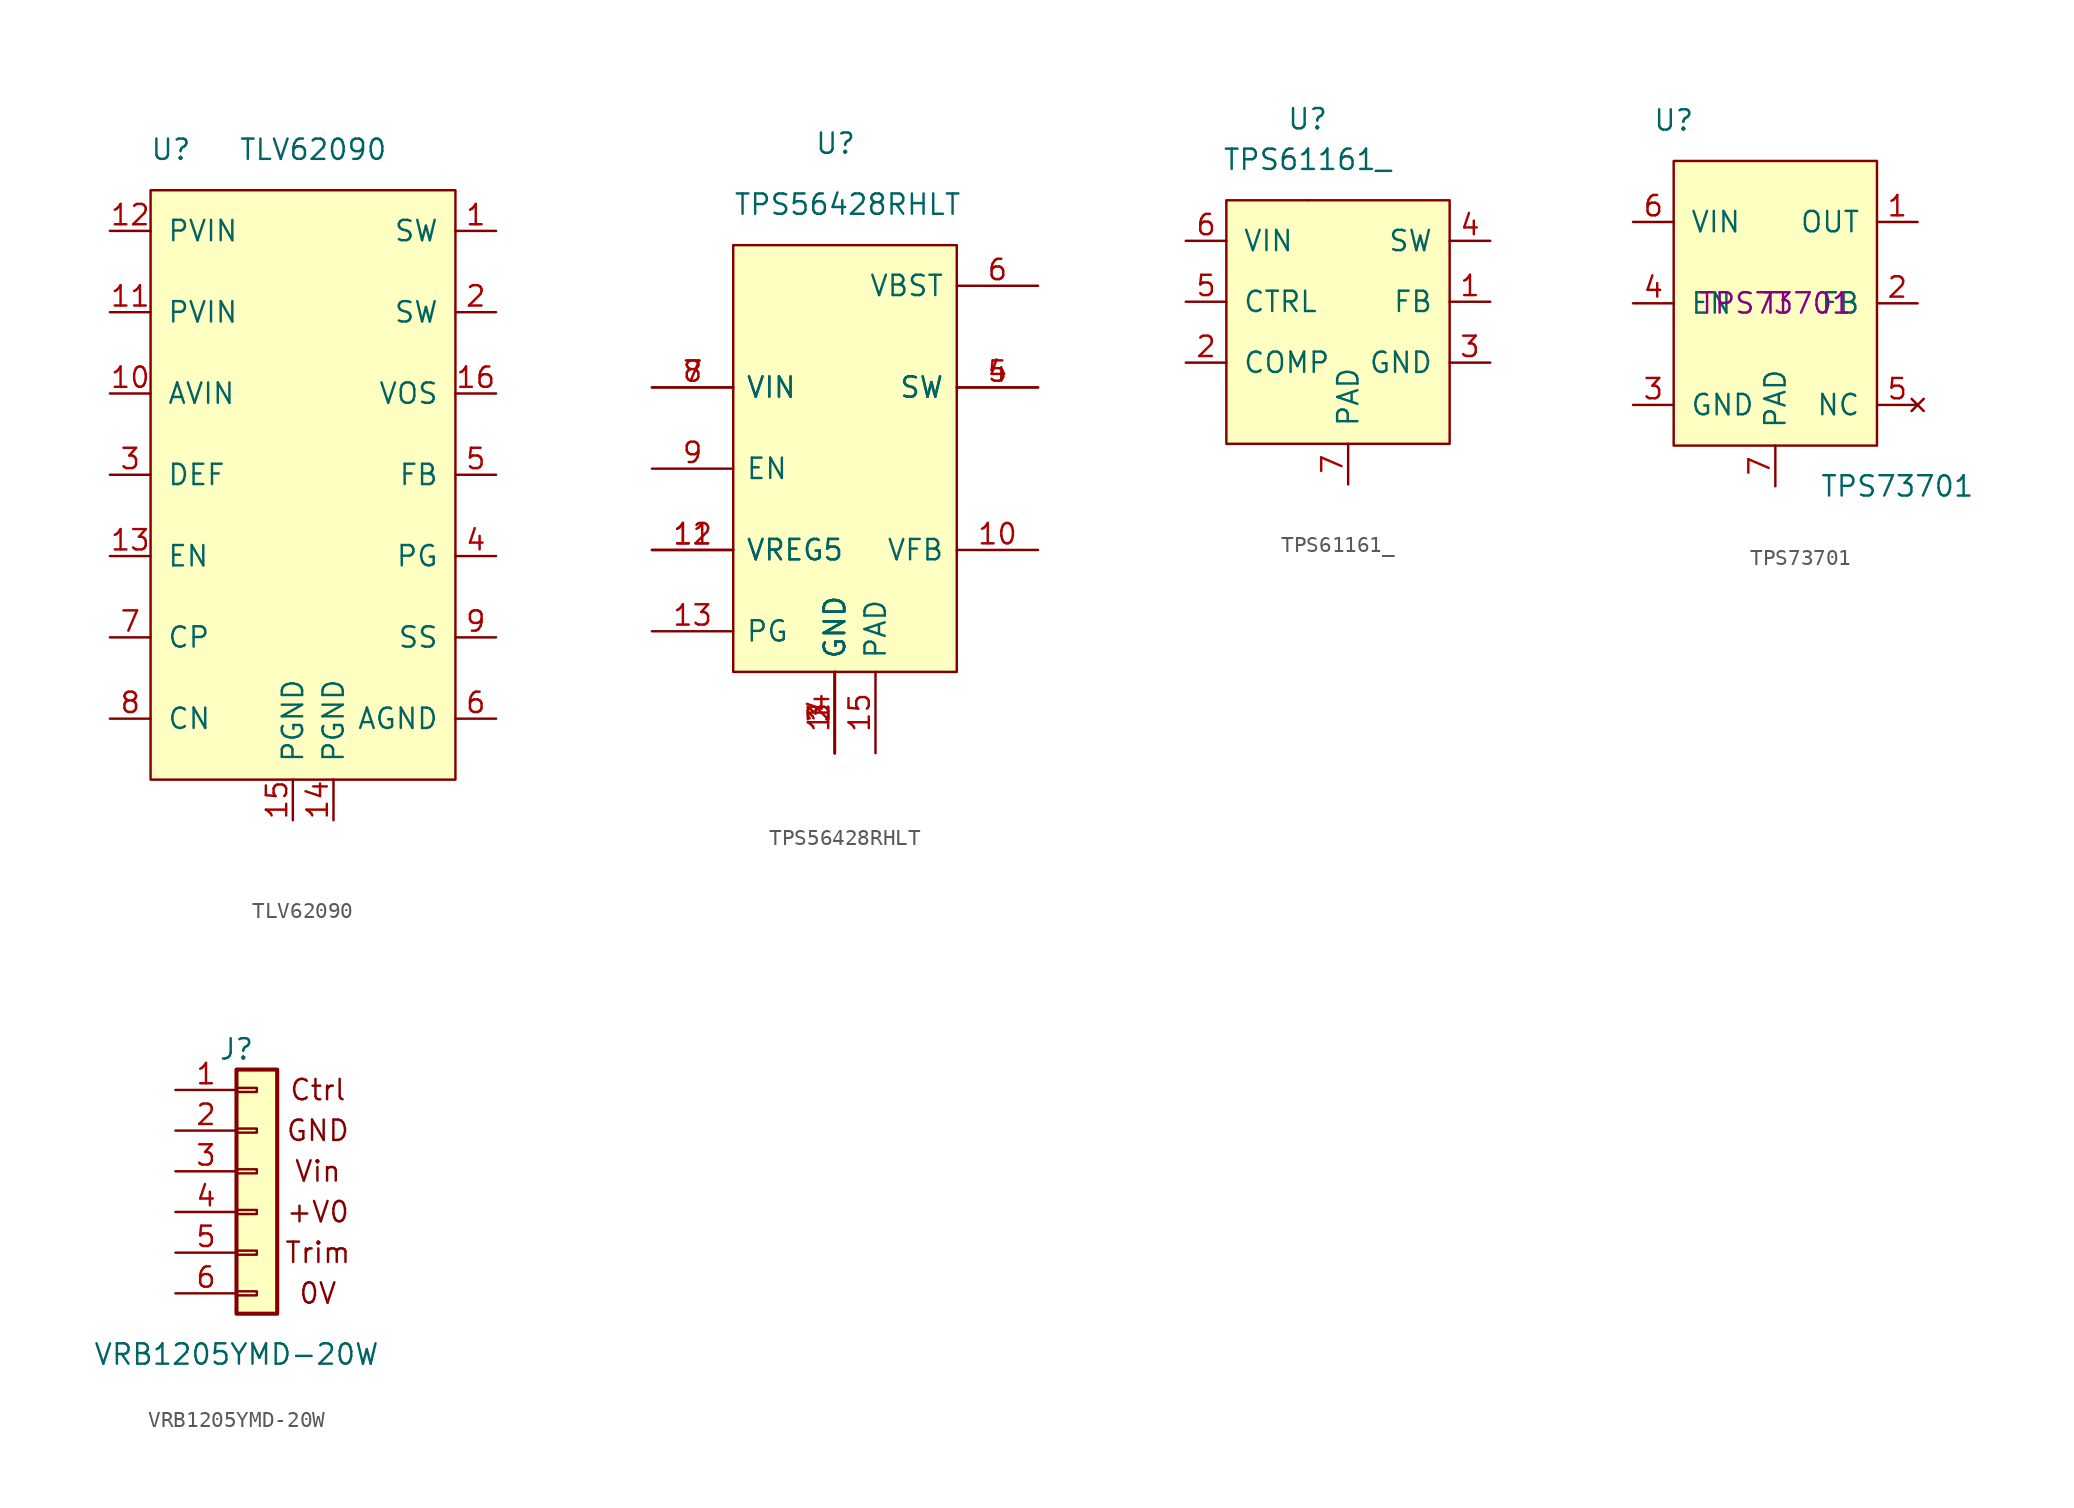
<source format=kicad_sym>
(kicad_symbol_lib
  (version 20211014)
  (generator kicad_symbol_editor)
  (symbol "TLV62090"
    (pin_names
      (offset 1.016))
    (property "Reference" "U"
      (at -8.89 20.32 0)
      (effects (font (size 1.27 1.27))))
    (property "Value" "TLV62090"
      (at 0 20.32 0)
      (effects (font (size 1.27 1.27))))
    (symbol "TLV62090_0_1"
      (rectangle (start -10.16 17.78) (end 8.89 -19.05) (stroke (width 0) (type default) (color 0 0 0 0)) (fill (type background))))
    (symbol "TLV62090_1_1"
      (pin bidirectional line (at 11.43 15.24 180) (length 2.54) (name "SW" (effects (font (size 1.27 1.27)))) (number "1" (effects (font (size 1.27 1.27)))))
      (pin power_in line (at -12.7 5.08 0) (length 2.54) (name "AVIN" (effects (font (size 1.27 1.27)))) (number "10" (effects (font (size 1.27 1.27)))))
      (pin power_in line (at -12.7 10.16 0) (length 2.54) (name "PVIN" (effects (font (size 1.27 1.27)))) (number "11" (effects (font (size 1.27 1.27)))))
      (pin power_in line (at -12.7 15.24 0) (length 2.54) (name "PVIN" (effects (font (size 1.27 1.27)))) (number "12" (effects (font (size 1.27 1.27)))))
      (pin input line (at -12.7 -5.08 0) (length 2.54) (name "EN" (effects (font (size 1.27 1.27)))) (number "13" (effects (font (size 1.27 1.27)))))
      (pin power_in line (at 1.27 -21.59 90) (length 2.54) (name "PGND" (effects (font (size 1.27 1.27)))) (number "14" (effects (font (size 1.27 1.27)))))
      (pin power_in line (at -1.27 -21.59 90) (length 2.54) (name "PGND" (effects (font (size 1.27 1.27)))) (number "15" (effects (font (size 1.27 1.27)))))
      (pin input line (at 11.43 5.08 180) (length 2.54) (name "VOS" (effects (font (size 1.27 1.27)))) (number "16" (effects (font (size 1.27 1.27)))))
      (pin bidirectional line (at 11.43 10.16 180) (length 2.54) (name "SW" (effects (font (size 1.27 1.27)))) (number "2" (effects (font (size 1.27 1.27)))))
      (pin input line (at -12.7 0 0) (length 2.54) (name "DEF" (effects (font (size 1.27 1.27)))) (number "3" (effects (font (size 1.27 1.27)))))
      (pin output line (at 11.43 -5.08 180) (length 2.54) (name "PG" (effects (font (size 1.27 1.27)))) (number "4" (effects (font (size 1.27 1.27)))))
      (pin input line (at 11.43 0 180) (length 2.54) (name "FB" (effects (font (size 1.27 1.27)))) (number "5" (effects (font (size 1.27 1.27)))))
      (pin power_in line (at 11.43 -15.24 180) (length 2.54) (name "AGND" (effects (font (size 1.27 1.27)))) (number "6" (effects (font (size 1.27 1.27)))))
      (pin bidirectional line (at -12.7 -10.16 0) (length 2.54) (name "CP" (effects (font (size 1.27 1.27)))) (number "7" (effects (font (size 1.27 1.27)))))
      (pin bidirectional line (at -12.7 -15.24 0) (length 2.54) (name "CN" (effects (font (size 1.27 1.27)))) (number "8" (effects (font (size 1.27 1.27)))))
      (pin input line (at 11.43 -10.16 180) (length 2.54) (name "SS" (effects (font (size 1.27 1.27)))) (number "9" (effects (font (size 1.27 1.27)))))))
  (symbol "TPS56428RHLT"
    (pin_names
      (offset 0.762))
    (property "Reference" "U"
      (at -1.27 22.86 0)
      (effects (font (size 1.27 1.27)) (justify left)))
    (property "Value" "TPS56428RHLT"
      (at -6.35 19.05 0)
      (effects (font (size 1.27 1.27)) (justify left)))
    (symbol "TPS56428RHLT_0_0"
      (pin passive line (at 0 -15.24 90) (length 5.08) (name "GND" (effects (font (size 1.27 1.27)))) (number "1" (effects (font (size 1.27 1.27)))))
      (pin passive line (at 12.7 -2.54 180) (length 5.08) (name "VFB" (effects (font (size 1.27 1.27)))) (number "10" (effects (font (size 1.27 1.27)))))
      (pin passive line (at -11.43 -2.54 0) (length 5.08) (name "VREG5" (effects (font (size 1.27 1.27)))) (number "11" (effects (font (size 1.27 1.27)))))
      (pin passive line (at -11.43 -2.54 0) (length 5.08) (name "VREG5" (effects (font (size 1.27 1.27)))) (number "12" (effects (font (size 1.27 1.27)))))
      (pin passive line (at -11.43 -7.62 0) (length 5.08) (name "PG" (effects (font (size 1.27 1.27)))) (number "13" (effects (font (size 1.27 1.27)))))
      (pin passive line (at 0 -15.24 90) (length 5.08) (name "GND" (effects (font (size 1.27 1.27)))) (number "14" (effects (font (size 1.27 1.27)))))
      (pin passive line (at 2.54 -15.24 90) (length 5.08) (name "PAD" (effects (font (size 1.27 1.27)))) (number "15" (effects (font (size 1.27 1.27)))))
      (pin passive line (at 0 -15.24 90) (length 5.08) (name "GND" (effects (font (size 1.27 1.27)))) (number "2" (effects (font (size 1.27 1.27)))))
      (pin passive line (at 0 -15.24 90) (length 5.08) (name "GND" (effects (font (size 1.27 1.27)))) (number "3" (effects (font (size 1.27 1.27)))))
      (pin passive line (at 12.7 7.62 180) (length 5.08) (name "SW" (effects (font (size 1.27 1.27)))) (number "4" (effects (font (size 1.27 1.27)))))
      (pin passive line (at 12.7 7.62 180) (length 5.08) (name "SW" (effects (font (size 1.27 1.27)))) (number "5" (effects (font (size 1.27 1.27)))))
      (pin passive line (at 12.7 13.97 180) (length 5.08) (name "VBST" (effects (font (size 1.27 1.27)))) (number "6" (effects (font (size 1.27 1.27)))))
      (pin passive line (at -11.43 7.62 0) (length 5.08) (name "VIN" (effects (font (size 1.27 1.27)))) (number "7" (effects (font (size 1.27 1.27)))))
      (pin passive line (at -11.43 7.62 0) (length 5.08) (name "VIN" (effects (font (size 1.27 1.27)))) (number "8" (effects (font (size 1.27 1.27)))))
      (pin passive line (at -11.43 2.54 0) (length 5.08) (name "EN" (effects (font (size 1.27 1.27)))) (number "9" (effects (font (size 1.27 1.27))))))
    (symbol "TPS56428RHLT_0_1"
      (rectangle (start -6.35 16.51) (end 7.62 -10.16) (stroke (width 0) (type default) (color 0 0 0 0)) (fill (type background)))))
  (symbol "TPS61161_"
    (pin_names
      (offset 1.016))
    (property "Reference" "U"
      (at 0 11.43 0)
      (effects (font (size 1.27 1.27))))
    (property "Value" "TPS61161_"
      (at 0 8.89 0)
      (effects (font (size 1.27 1.27))))
    (symbol "TPS61161__0_1"
      (rectangle (start -5.08 6.35) (end 8.89 -8.89) (stroke (width 0) (type default) (color 0 0 0 0)) (fill (type background)))
      (rectangle (start 0 6.35) (end 0 6.35) (stroke (width 0) (type default) (color 0 0 0 0)) (fill (type none))))
    (symbol "TPS61161__1_1"
      (pin input line (at 11.43 0 180) (length 2.54) (name "FB" (effects (font (size 1.27 1.27)))) (number "1" (effects (font (size 1.27 1.27)))))
      (pin output line (at -7.62 -3.81 0) (length 2.54) (name "COMP" (effects (font (size 1.27 1.27)))) (number "2" (effects (font (size 1.27 1.27)))))
      (pin output line (at 11.43 -3.81 180) (length 2.54) (name "GND" (effects (font (size 1.27 1.27)))) (number "3" (effects (font (size 1.27 1.27)))))
      (pin input line (at 11.43 3.81 180) (length 2.54) (name "SW" (effects (font (size 1.27 1.27)))) (number "4" (effects (font (size 1.27 1.27)))))
      (pin input line (at -7.62 0 0) (length 2.54) (name "CTRL" (effects (font (size 1.27 1.27)))) (number "5" (effects (font (size 1.27 1.27)))))
      (pin input line (at -7.62 3.81 0) (length 2.54) (name "VIN" (effects (font (size 1.27 1.27)))) (number "6" (effects (font (size 1.27 1.27)))))
      (pin input line (at 2.54 -11.43 90) (length 2.54) (name "PAD" (effects (font (size 1.27 1.27)))) (number "7" (effects (font (size 1.27 1.27)))))))
  (symbol "TPS73701"
    (pin_names
      (offset 1.016))
    (property "Reference" "U"
      (at -6.35 11.43 0)
      (effects (font (size 1.27 1.27))))
    (property "Value" "TPS73701"
      (at 7.62 -11.43 0)
      (effects (font (size 1.27 1.27))))
    (property "MPN" "TPS73701"
      (at 0 0 0)
      (effects (font (size 1.27 1.27))))
    (property "MF" "TI"
      (at 0 0 0)
      (effects (font (size 1.27 1.27))))
    (symbol "TPS73701_0_0"
      (pin input line (at -8.89 0 0) (length 2.54) (name "EN" (effects (font (size 1.27 1.27)))) (number "4" (effects (font (size 1.27 1.27)))))
      (pin no_connect line (at 8.89 -6.35 180) (length 2.54) (name "NC" (effects (font (size 1.27 1.27)))) (number "5" (effects (font (size 1.27 1.27)))))
      (pin passive line (at 0 -11.43 90) (length 2.54) (name "PAD" (effects (font (size 1.27 1.27)))) (number "7" (effects (font (size 1.27 1.27))))))
    (symbol "TPS73701_0_1"
      (rectangle (start -6.35 8.89) (end 6.35 -8.89) (stroke (width 0) (type default) (color 0 0 0 0)) (fill (type background))))
    (symbol "TPS73701_1_1"
      (pin output line (at 8.89 5.08 180) (length 2.54) (name "OUT" (effects (font (size 1.27 1.27)))) (number "1" (effects (font (size 1.27 1.27)))))
      (pin passive line (at 8.89 0 180) (length 2.54) (name "FB" (effects (font (size 1.27 1.27)))) (number "2" (effects (font (size 1.27 1.27)))))
      (pin power_in line (at -8.89 -6.35 0) (length 2.54) (name "GND" (effects (font (size 1.27 1.27)))) (number "3" (effects (font (size 1.27 1.27)))))
      (pin power_in line (at -8.89 5.08 0) (length 2.54) (name "VIN" (effects (font (size 1.27 1.27)))) (number "6" (effects (font (size 1.27 1.27)))))))
  (symbol "VRB1205YMD-20W"
    (pin_names
      (offset 1.016) hide)
    (property "Reference" "J"
      (at 0 5.08 0)
      (effects (font (size 1.27 1.27))))
    (property "Value" "VRB1205YMD-20W"
      (at 0 -13.97 0)
      (effects (font (size 1.27 1.27))))
    (symbol "VRB1205YMD-20W_0_0"
      (text "+V0" (at 5.08 -5.08 0) (effects (font (size 1.27 1.27))))
      (text "0V" (at 5.08 -10.16 0) (effects (font (size 1.27 1.27))))
      (text "Ctrl" (at 5.08 2.54 0) (effects (font (size 1.27 1.27))))
      (text "GND" (at 5.08 0 0) (effects (font (size 1.27 1.27)))))
    (symbol "VRB1205YMD-20W_1_1"
      (rectangle (start 0 -10.033) (end 1.27 -10.287) (stroke (width 0.152) (type default) (color 0 0 0 0)) (fill (type none)))
      (rectangle (start 0 -7.493) (end 1.27 -7.747) (stroke (width 0.152) (type default) (color 0 0 0 0)) (fill (type none)))
      (rectangle (start 0 -4.953) (end 1.27 -5.207) (stroke (width 0.152) (type default) (color 0 0 0 0)) (fill (type none)))
      (rectangle (start 0 -2.413) (end 1.27 -2.667) (stroke (width 0.152) (type default) (color 0 0 0 0)) (fill (type none)))
      (rectangle (start 0 0.127) (end 1.27 -0.127) (stroke (width 0.152) (type default) (color 0 0 0 0)) (fill (type none)))
      (rectangle (start 0 2.667) (end 1.27 2.413) (stroke (width 0.152) (type default) (color 0 0 0 0)) (fill (type none)))
      (rectangle (start 0 3.81) (end 2.54 -11.43) (stroke (width 0.254) (type default) (color 0 0 0 0)) (fill (type background)))
      (text "Trim" (at 5.08 -7.62 0) (effects (font (size 1.27 1.27))))
      (text "Vin" (at 5.08 -2.54 0) (effects (font (size 1.27 1.27))))
      (pin passive line (at -3.81 2.54 0) (length 3.81) (name "Pin_1" (effects (font (size 1.27 1.27)))) (number "1" (effects (font (size 1.27 1.27)))))
      (pin passive line (at -3.81 0 0) (length 3.81) (name "Pin_2" (effects (font (size 1.27 1.27)))) (number "2" (effects (font (size 1.27 1.27)))))
      (pin passive line (at -3.81 -2.54 0) (length 3.81) (name "Pin_3" (effects (font (size 1.27 1.27)))) (number "3" (effects (font (size 1.27 1.27)))))
      (pin passive line (at -3.81 -5.08 0) (length 3.81) (name "Pin_4" (effects (font (size 1.27 1.27)))) (number "4" (effects (font (size 1.27 1.27)))))
      (pin passive line (at -3.81 -7.62 0) (length 3.81) (name "Pin_5" (effects (font (size 1.27 1.27)))) (number "5" (effects (font (size 1.27 1.27)))))
      (pin passive line (at -3.81 -10.16 0) (length 3.81) (name "Pin_6" (effects (font (size 1.27 1.27)))) (number "6" (effects (font (size 1.27 1.27))))))))
</source>
